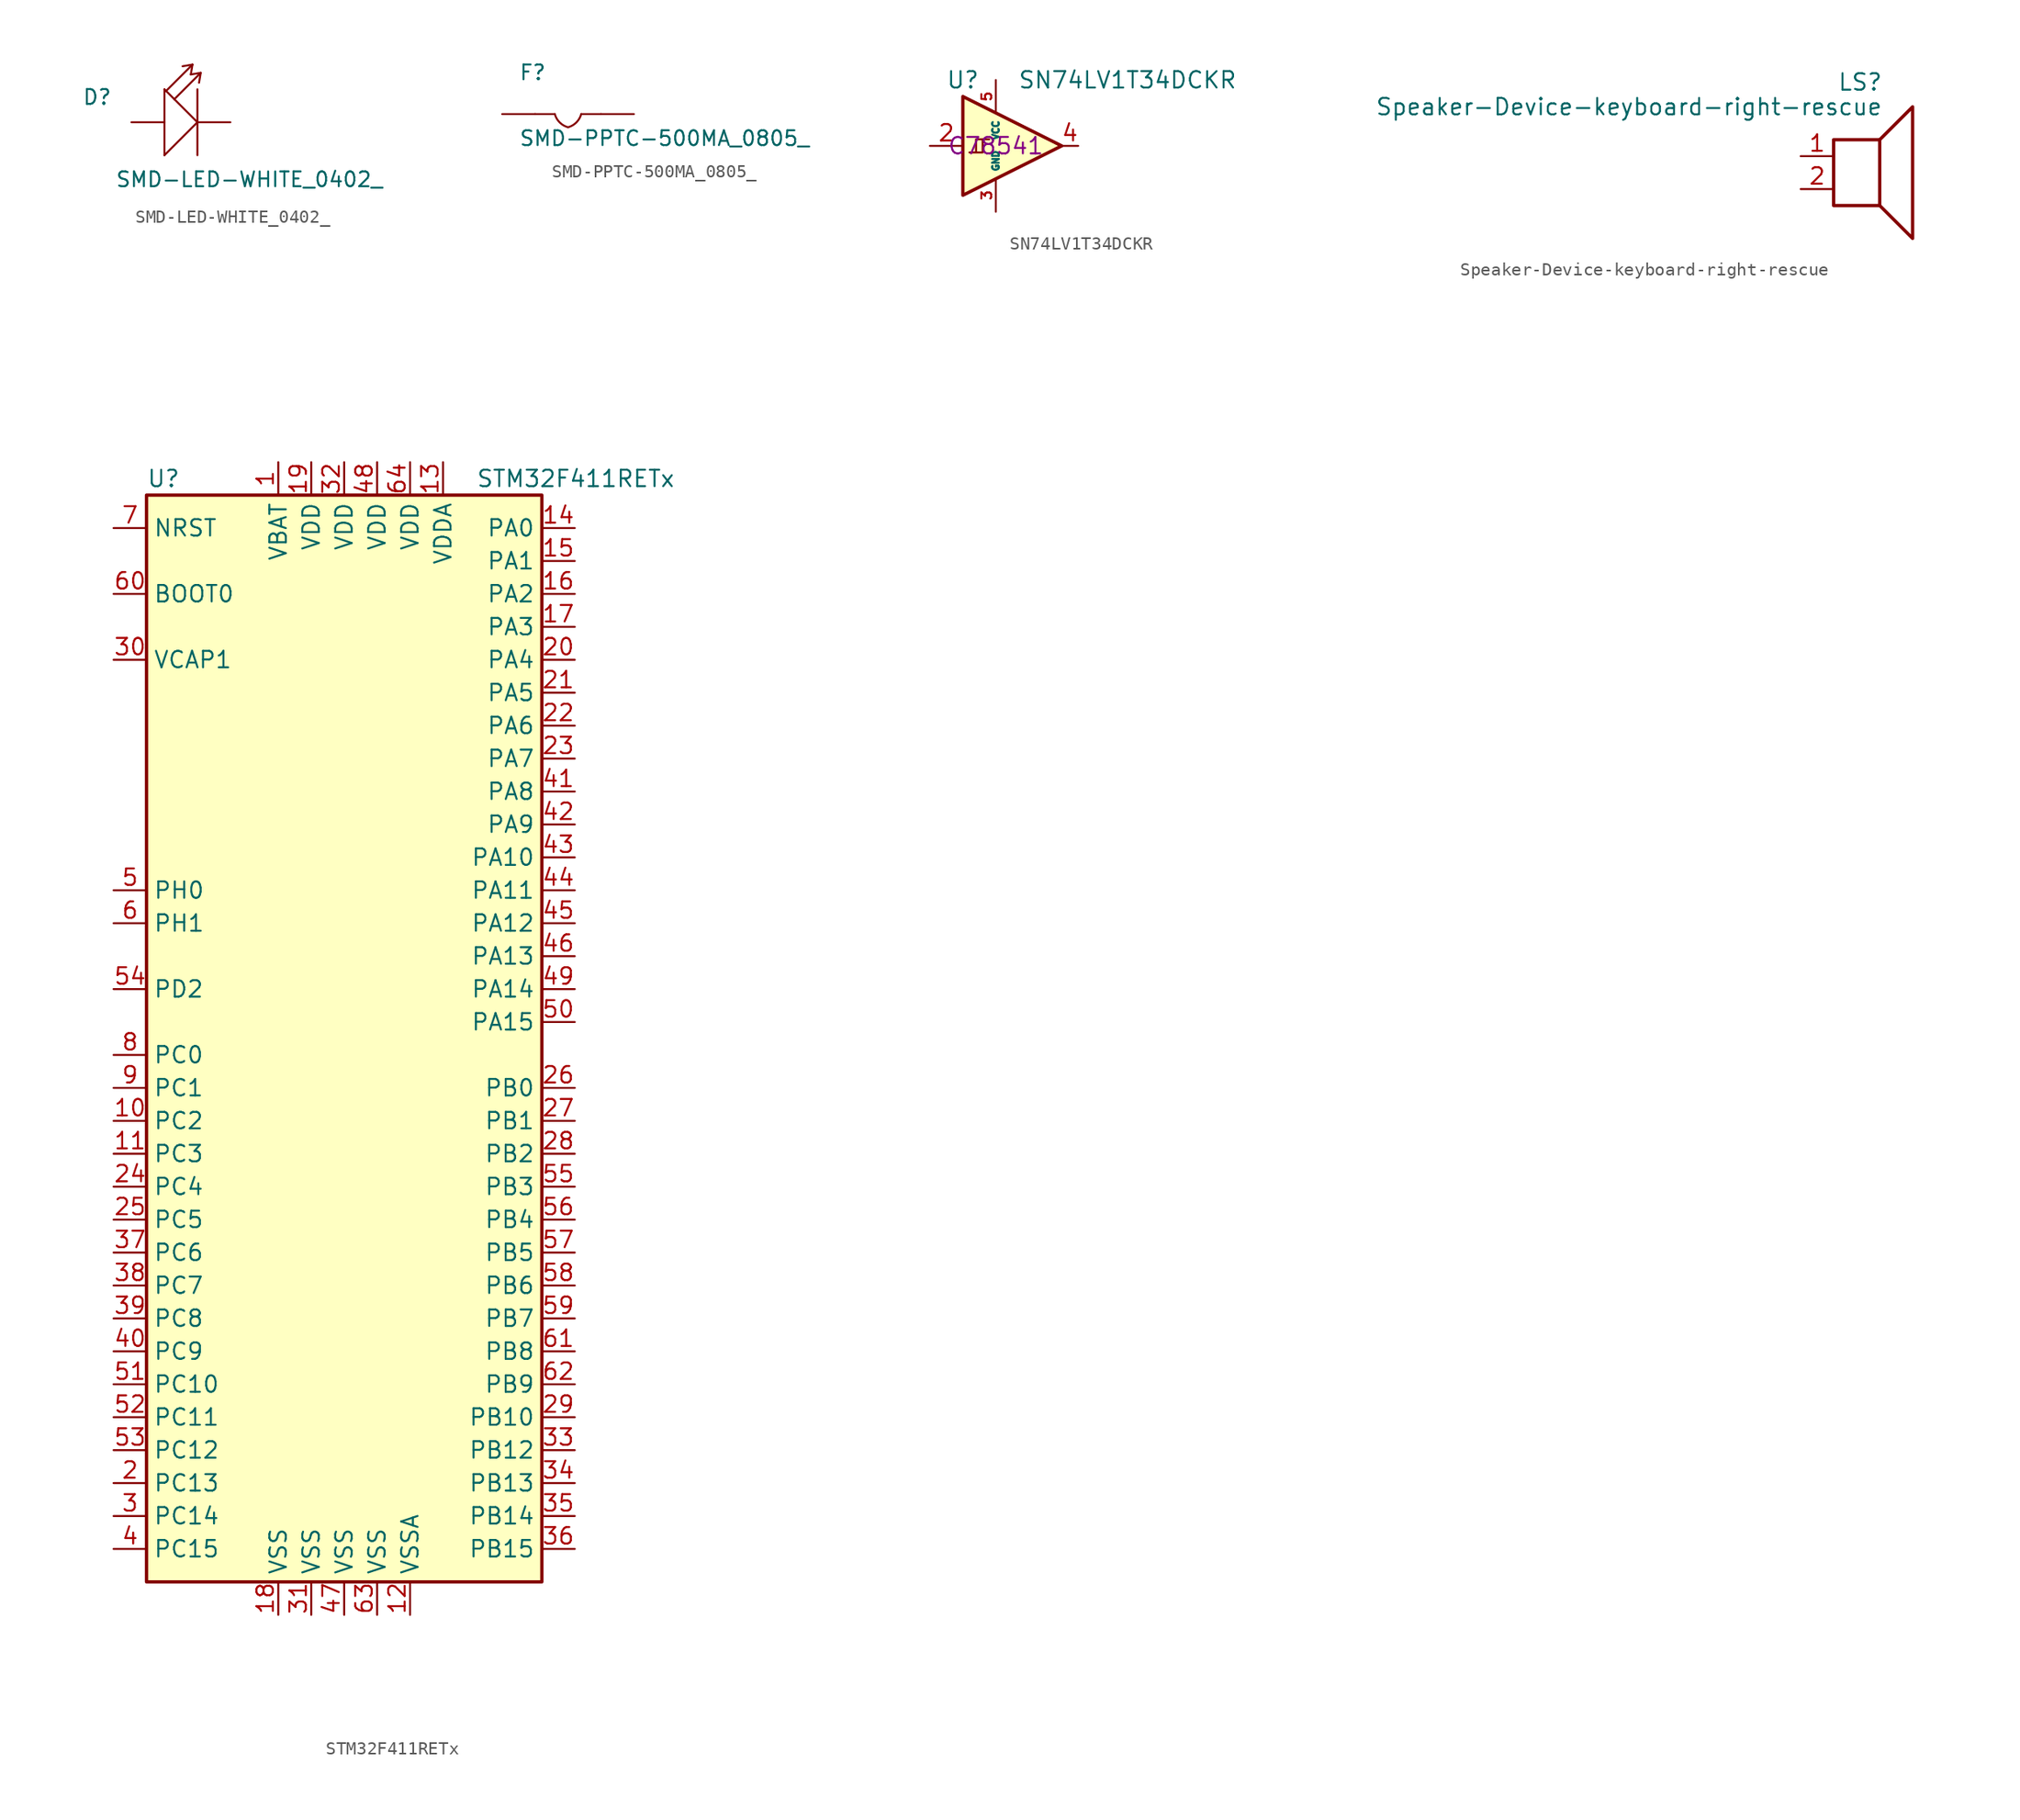
<source format=kicad_sym>
(kicad_symbol_lib
  (version 20220914)
  (generator kicad_symbol_editor)
  (symbol "SMD-LED-WHITE_0402_"
    (pin_numbers hide)
    (pin_names
      (offset 1.016) hide)
    (property "Reference" "D"
      (at -7.62 1.27 0)
      (effects (font (size 1.143 1.143)) (justify left bottom)))
    (property "Value" "SMD-LED-WHITE_0402_"
      (at -5.08 -5.08 0)
      (effects (font (size 1.143 1.143)) (justify left bottom)))
    (symbol "SMD-LED-WHITE_0402__1_0"
      (polyline (pts (xy -1.27 -2.54) (xy -1.27 2.54)) (stroke (width 0) (type default)) (fill (type none)))
      (polyline (pts (xy -1.27 2.54) (xy -1.143 2.413)) (stroke (width 0) (type default)) (fill (type none)))
      (polyline (pts (xy -1.143 2.413) (xy -0.508 1.778)) (stroke (width 0) (type default)) (fill (type none)))
      (polyline (pts (xy -1.143 2.413) (xy 0.889 4.445)) (stroke (width 0) (type default)) (fill (type none)))
      (polyline (pts (xy -0.508 1.778) (xy 1.27 0)) (stroke (width 0) (type default)) (fill (type none)))
      (polyline (pts (xy -0.508 1.778) (xy 1.524 3.81)) (stroke (width 0) (type default)) (fill (type none)))
      (polyline (pts (xy 0.889 4.445) (xy 0.127 4.318)) (stroke (width 0) (type default)) (fill (type none)))
      (polyline (pts (xy 0.889 4.445) (xy 0.762 3.683)) (stroke (width 0) (type default)) (fill (type none)))
      (polyline (pts (xy 1.27 0) (xy -1.27 -2.54)) (stroke (width 0) (type default)) (fill (type none)))
      (polyline (pts (xy 1.27 2.54) (xy 1.27 -2.54)) (stroke (width 0) (type default)) (fill (type none)))
      (polyline (pts (xy 1.524 3.81) (xy 0.762 3.683)) (stroke (width 0) (type default)) (fill (type none)))
      (polyline (pts (xy 1.524 3.81) (xy 1.397 3.048)) (stroke (width 0) (type default)) (fill (type none))))
    (symbol "SMD-LED-WHITE_0402__1_1"
      (pin passive line (at -3.81 0 0) (length 2.54) (name "+" (effects (font (size 1.016 1.016)))) (number "+" (effects (font (size 1.016 1.016)))))
      (pin passive line (at 3.81 0 180) (length 2.54) (name "-" (effects (font (size 1.016 1.016)))) (number "-" (effects (font (size 1.016 1.016)))))))
  (symbol "SMD-PPTC-500MA_0805_"
    (pin_numbers hide)
    (pin_names
      (offset 1.016) hide)
    (property "Reference" "F"
      (at -3.81 2.54 0)
      (effects (font (size 1.143 1.143)) (justify left bottom)))
    (property "Value" "SMD-PPTC-500MA_0805_"
      (at -3.81 -2.54 0)
      (effects (font (size 1.143 1.143)) (justify left bottom)))
    (symbol "SMD-PPTC-500MA_0805__1_0"
      (polyline (pts (xy -2.54 0) (xy -1.016 0)) (stroke (width 0) (type default)) (fill (type none)))
      (polyline (pts (xy 2.54 0) (xy 1.016 0)) (stroke (width 0) (type default)) (fill (type none))))
    (symbol "SMD-PPTC-500MA_0805__1_1"
      (arc (start -1.016 0) (mid -0.6429 -0.6429) (end 0 -1.016) (stroke (width 0) (type default)) (fill (type none)))
      (arc (start 0 -1.016) (mid 0.6429 -0.6429) (end 1.016 0) (stroke (width 0) (type default)) (fill (type none)))
      (pin bidirectional line (at -5.08 0 0) (length 2.54) (name "1" (effects (font (size 1.016 1.016)))) (number "1" (effects (font (size 1.016 1.016)))))
      (pin bidirectional line (at 5.08 0 180) (length 2.54) (name "2" (effects (font (size 1.016 1.016)))) (number "2" (effects (font (size 1.016 1.016)))))))
  (symbol "SN74LV1T34DCKR"
    (property "Reference" "U"
      (at -2.54 5.08 0)
      (effects (font (size 1.27 1.27))))
    (property "Value" "SN74LV1T34DCKR"
      (at 10.16 5.08 0)
      (effects (font (size 1.27 1.27))))
    (property "LCSC" "C78541"
      (at 0 0 0)
      (effects (font (size 1.27 1.27))))
    (symbol "SN74LV1T34DCKR_0_1"
      (polyline (pts (xy -1.016 0.508) (xy -0.508 0.508)) (stroke (width 0) (type default)) (fill (type none)))
      (polyline (pts (xy -2.54 3.81) (xy -2.54 -3.81) (xy 5.08 0) (xy -2.54 3.81)) (stroke (width 0.254) (type default)) (fill (type background)))
      (polyline (pts (xy -1.524 -0.508) (xy -1.524 0.508) (xy -1.016 0.508) (xy -1.016 -0.508) (xy -2.032 -0.508)) (stroke (width 0) (type default)) (fill (type none))))
    (symbol "SN74LV1T34DCKR_1_1"
      (pin no_connect line (at 5.08 0 180) (length 2.54) hide (name "NC" (effects (font (size 1.27 1.27)))) (number "1" (effects (font (size 1.27 1.27)))))
      (pin input line (at -5.08 0 0) (length 2.54) (name "~" (effects (font (size 1.27 1.27)))) (number "2" (effects (font (size 1.27 1.27)))))
      (pin power_in line (at 0 -5.08 90) (length 2.54) (name "GND" (effects (font (size 0.508 0.508)))) (number "3" (effects (font (size 0.762 0.762)))))
      (pin output line (at 6.35 0 180) (length 1.27) (name "~" (effects (font (size 1.27 1.27)))) (number "4" (effects (font (size 1.27 1.27)))))
      (pin power_in line (at 0 5.08 270) (length 2.54) (name "VCC" (effects (font (size 0.508 0.508)))) (number "5" (effects (font (size 0.762 0.762)))))))
  (symbol "Speaker-Device-keyboard-right-rescue"
    (pin_names
      (offset 0) hide)
    (property "Reference" "LS"
      (at 1.27 5.715 0)
      (effects (font (size 1.27 1.27)) (justify right)))
    (property "Value" "Speaker-Device-keyboard-right-rescue"
      (at 1.27 3.81 0)
      (effects (font (size 1.27 1.27)) (justify right)))
    (symbol "Speaker-Device-keyboard-right-rescue_0_0"
      (rectangle (start -2.54 1.27) (end 1.016 -3.81) (stroke (width 0.254) (type default)) (fill (type none)))
      (polyline (pts (xy 1.016 1.27) (xy 3.556 3.81) (xy 3.556 -6.35) (xy 1.016 -3.81)) (stroke (width 0.254) (type default)) (fill (type none))))
    (symbol "Speaker-Device-keyboard-right-rescue_1_1"
      (pin input line (at -5.08 0 0) (length 2.54) (name "1" (effects (font (size 1.27 1.27)))) (number "1" (effects (font (size 1.27 1.27)))))
      (pin input line (at -5.08 -2.54 0) (length 2.54) (name "2" (effects (font (size 1.27 1.27)))) (number "2" (effects (font (size 1.27 1.27)))))))
  (symbol "STM32F411RETx"
    (property "Reference" "U"
      (at -15.24 41.91 0)
      (effects (font (size 1.27 1.27)) (justify left)))
    (property "Value" "STM32F411RETx"
      (at 10.16 41.91 0)
      (effects (font (size 1.27 1.27)) (justify left)))
    (symbol "STM32F411RETx_0_1"
      (rectangle (start -15.24 -43.18) (end 15.24 40.64) (stroke (width 0.254) (type default)) (fill (type background))))
    (symbol "STM32F411RETx_1_1"
      (pin power_in line (at -5.08 43.18 270) (length 2.54) (name "VBAT" (effects (font (size 1.27 1.27)))) (number "1" (effects (font (size 1.27 1.27)))))
      (pin bidirectional line (at -17.78 -7.62 0) (length 2.54) (name "PC2" (effects (font (size 1.27 1.27)))) (number "10" (effects (font (size 1.27 1.27)))))
      (pin bidirectional line (at -17.78 -10.16 0) (length 2.54) (name "PC3" (effects (font (size 1.27 1.27)))) (number "11" (effects (font (size 1.27 1.27)))))
      (pin power_in line (at 5.08 -45.72 90) (length 2.54) (name "VSSA" (effects (font (size 1.27 1.27)))) (number "12" (effects (font (size 1.27 1.27)))))
      (pin power_in line (at 7.62 43.18 270) (length 2.54) (name "VDDA" (effects (font (size 1.27 1.27)))) (number "13" (effects (font (size 1.27 1.27)))))
      (pin bidirectional line (at 17.78 38.1 180) (length 2.54) (name "PA0" (effects (font (size 1.27 1.27)))) (number "14" (effects (font (size 1.27 1.27)))))
      (pin bidirectional line (at 17.78 35.56 180) (length 2.54) (name "PA1" (effects (font (size 1.27 1.27)))) (number "15" (effects (font (size 1.27 1.27)))))
      (pin bidirectional line (at 17.78 33.02 180) (length 2.54) (name "PA2" (effects (font (size 1.27 1.27)))) (number "16" (effects (font (size 1.27 1.27)))))
      (pin bidirectional line (at 17.78 30.48 180) (length 2.54) (name "PA3" (effects (font (size 1.27 1.27)))) (number "17" (effects (font (size 1.27 1.27)))))
      (pin power_in line (at -5.08 -45.72 90) (length 2.54) (name "VSS" (effects (font (size 1.27 1.27)))) (number "18" (effects (font (size 1.27 1.27)))))
      (pin power_in line (at -2.54 43.18 270) (length 2.54) (name "VDD" (effects (font (size 1.27 1.27)))) (number "19" (effects (font (size 1.27 1.27)))))
      (pin bidirectional line (at -17.78 -35.56 0) (length 2.54) (name "PC13" (effects (font (size 1.27 1.27)))) (number "2" (effects (font (size 1.27 1.27)))))
      (pin bidirectional line (at 17.78 27.94 180) (length 2.54) (name "PA4" (effects (font (size 1.27 1.27)))) (number "20" (effects (font (size 1.27 1.27)))))
      (pin bidirectional line (at 17.78 25.4 180) (length 2.54) (name "PA5" (effects (font (size 1.27 1.27)))) (number "21" (effects (font (size 1.27 1.27)))))
      (pin bidirectional line (at 17.78 22.86 180) (length 2.54) (name "PA6" (effects (font (size 1.27 1.27)))) (number "22" (effects (font (size 1.27 1.27)))))
      (pin bidirectional line (at 17.78 20.32 180) (length 2.54) (name "PA7" (effects (font (size 1.27 1.27)))) (number "23" (effects (font (size 1.27 1.27)))))
      (pin bidirectional line (at -17.78 -12.7 0) (length 2.54) (name "PC4" (effects (font (size 1.27 1.27)))) (number "24" (effects (font (size 1.27 1.27)))))
      (pin bidirectional line (at -17.78 -15.24 0) (length 2.54) (name "PC5" (effects (font (size 1.27 1.27)))) (number "25" (effects (font (size 1.27 1.27)))))
      (pin bidirectional line (at 17.78 -5.08 180) (length 2.54) (name "PB0" (effects (font (size 1.27 1.27)))) (number "26" (effects (font (size 1.27 1.27)))))
      (pin bidirectional line (at 17.78 -7.62 180) (length 2.54) (name "PB1" (effects (font (size 1.27 1.27)))) (number "27" (effects (font (size 1.27 1.27)))))
      (pin bidirectional line (at 17.78 -10.16 180) (length 2.54) (name "PB2" (effects (font (size 1.27 1.27)))) (number "28" (effects (font (size 1.27 1.27)))))
      (pin bidirectional line (at 17.78 -30.48 180) (length 2.54) (name "PB10" (effects (font (size 1.27 1.27)))) (number "29" (effects (font (size 1.27 1.27)))))
      (pin bidirectional line (at -17.78 -38.1 0) (length 2.54) (name "PC14" (effects (font (size 1.27 1.27)))) (number "3" (effects (font (size 1.27 1.27)))))
      (pin power_in line (at -17.78 27.94 0) (length 2.54) (name "VCAP1" (effects (font (size 1.27 1.27)))) (number "30" (effects (font (size 1.27 1.27)))))
      (pin power_in line (at -2.54 -45.72 90) (length 2.54) (name "VSS" (effects (font (size 1.27 1.27)))) (number "31" (effects (font (size 1.27 1.27)))))
      (pin power_in line (at 0 43.18 270) (length 2.54) (name "VDD" (effects (font (size 1.27 1.27)))) (number "32" (effects (font (size 1.27 1.27)))))
      (pin bidirectional line (at 17.78 -33.02 180) (length 2.54) (name "PB12" (effects (font (size 1.27 1.27)))) (number "33" (effects (font (size 1.27 1.27)))))
      (pin bidirectional line (at 17.78 -35.56 180) (length 2.54) (name "PB13" (effects (font (size 1.27 1.27)))) (number "34" (effects (font (size 1.27 1.27)))))
      (pin bidirectional line (at 17.78 -38.1 180) (length 2.54) (name "PB14" (effects (font (size 1.27 1.27)))) (number "35" (effects (font (size 1.27 1.27)))))
      (pin bidirectional line (at 17.78 -40.64 180) (length 2.54) (name "PB15" (effects (font (size 1.27 1.27)))) (number "36" (effects (font (size 1.27 1.27)))))
      (pin bidirectional line (at -17.78 -17.78 0) (length 2.54) (name "PC6" (effects (font (size 1.27 1.27)))) (number "37" (effects (font (size 1.27 1.27)))))
      (pin bidirectional line (at -17.78 -20.32 0) (length 2.54) (name "PC7" (effects (font (size 1.27 1.27)))) (number "38" (effects (font (size 1.27 1.27)))))
      (pin bidirectional line (at -17.78 -22.86 0) (length 2.54) (name "PC8" (effects (font (size 1.27 1.27)))) (number "39" (effects (font (size 1.27 1.27)))))
      (pin bidirectional line (at -17.78 -40.64 0) (length 2.54) (name "PC15" (effects (font (size 1.27 1.27)))) (number "4" (effects (font (size 1.27 1.27)))))
      (pin bidirectional line (at -17.78 -25.4 0) (length 2.54) (name "PC9" (effects (font (size 1.27 1.27)))) (number "40" (effects (font (size 1.27 1.27)))))
      (pin bidirectional line (at 17.78 17.78 180) (length 2.54) (name "PA8" (effects (font (size 1.27 1.27)))) (number "41" (effects (font (size 1.27 1.27)))))
      (pin bidirectional line (at 17.78 15.24 180) (length 2.54) (name "PA9" (effects (font (size 1.27 1.27)))) (number "42" (effects (font (size 1.27 1.27)))))
      (pin bidirectional line (at 17.78 12.7 180) (length 2.54) (name "PA10" (effects (font (size 1.27 1.27)))) (number "43" (effects (font (size 1.27 1.27)))))
      (pin bidirectional line (at 17.78 10.16 180) (length 2.54) (name "PA11" (effects (font (size 1.27 1.27)))) (number "44" (effects (font (size 1.27 1.27)))))
      (pin bidirectional line (at 17.78 7.62 180) (length 2.54) (name "PA12" (effects (font (size 1.27 1.27)))) (number "45" (effects (font (size 1.27 1.27)))))
      (pin bidirectional line (at 17.78 5.08 180) (length 2.54) (name "PA13" (effects (font (size 1.27 1.27)))) (number "46" (effects (font (size 1.27 1.27)))))
      (pin power_in line (at 0 -45.72 90) (length 2.54) (name "VSS" (effects (font (size 1.27 1.27)))) (number "47" (effects (font (size 1.27 1.27)))))
      (pin power_in line (at 2.54 43.18 270) (length 2.54) (name "VDD" (effects (font (size 1.27 1.27)))) (number "48" (effects (font (size 1.27 1.27)))))
      (pin bidirectional line (at 17.78 2.54 180) (length 2.54) (name "PA14" (effects (font (size 1.27 1.27)))) (number "49" (effects (font (size 1.27 1.27)))))
      (pin input line (at -17.78 10.16 0) (length 2.54) (name "PH0" (effects (font (size 1.27 1.27)))) (number "5" (effects (font (size 1.27 1.27)))))
      (pin bidirectional line (at 17.78 0 180) (length 2.54) (name "PA15" (effects (font (size 1.27 1.27)))) (number "50" (effects (font (size 1.27 1.27)))))
      (pin bidirectional line (at -17.78 -27.94 0) (length 2.54) (name "PC10" (effects (font (size 1.27 1.27)))) (number "51" (effects (font (size 1.27 1.27)))))
      (pin bidirectional line (at -17.78 -30.48 0) (length 2.54) (name "PC11" (effects (font (size 1.27 1.27)))) (number "52" (effects (font (size 1.27 1.27)))))
      (pin bidirectional line (at -17.78 -33.02 0) (length 2.54) (name "PC12" (effects (font (size 1.27 1.27)))) (number "53" (effects (font (size 1.27 1.27)))))
      (pin bidirectional line (at -17.78 2.54 0) (length 2.54) (name "PD2" (effects (font (size 1.27 1.27)))) (number "54" (effects (font (size 1.27 1.27)))))
      (pin bidirectional line (at 17.78 -12.7 180) (length 2.54) (name "PB3" (effects (font (size 1.27 1.27)))) (number "55" (effects (font (size 1.27 1.27)))))
      (pin bidirectional line (at 17.78 -15.24 180) (length 2.54) (name "PB4" (effects (font (size 1.27 1.27)))) (number "56" (effects (font (size 1.27 1.27)))))
      (pin bidirectional line (at 17.78 -17.78 180) (length 2.54) (name "PB5" (effects (font (size 1.27 1.27)))) (number "57" (effects (font (size 1.27 1.27)))))
      (pin bidirectional line (at 17.78 -20.32 180) (length 2.54) (name "PB6" (effects (font (size 1.27 1.27)))) (number "58" (effects (font (size 1.27 1.27)))))
      (pin bidirectional line (at 17.78 -22.86 180) (length 2.54) (name "PB7" (effects (font (size 1.27 1.27)))) (number "59" (effects (font (size 1.27 1.27)))))
      (pin input line (at -17.78 7.62 0) (length 2.54) (name "PH1" (effects (font (size 1.27 1.27)))) (number "6" (effects (font (size 1.27 1.27)))))
      (pin input line (at -17.78 33.02 0) (length 2.54) (name "BOOT0" (effects (font (size 1.27 1.27)))) (number "60" (effects (font (size 1.27 1.27)))))
      (pin bidirectional line (at 17.78 -25.4 180) (length 2.54) (name "PB8" (effects (font (size 1.27 1.27)))) (number "61" (effects (font (size 1.27 1.27)))))
      (pin bidirectional line (at 17.78 -27.94 180) (length 2.54) (name "PB9" (effects (font (size 1.27 1.27)))) (number "62" (effects (font (size 1.27 1.27)))))
      (pin power_in line (at 2.54 -45.72 90) (length 2.54) (name "VSS" (effects (font (size 1.27 1.27)))) (number "63" (effects (font (size 1.27 1.27)))))
      (pin power_in line (at 5.08 43.18 270) (length 2.54) (name "VDD" (effects (font (size 1.27 1.27)))) (number "64" (effects (font (size 1.27 1.27)))))
      (pin input line (at -17.78 38.1 0) (length 2.54) (name "NRST" (effects (font (size 1.27 1.27)))) (number "7" (effects (font (size 1.27 1.27)))))
      (pin bidirectional line (at -17.78 -2.54 0) (length 2.54) (name "PC0" (effects (font (size 1.27 1.27)))) (number "8" (effects (font (size 1.27 1.27)))))
      (pin bidirectional line (at -17.78 -5.08 0) (length 2.54) (name "PC1" (effects (font (size 1.27 1.27)))) (number "9" (effects (font (size 1.27 1.27))))))))
</source>
